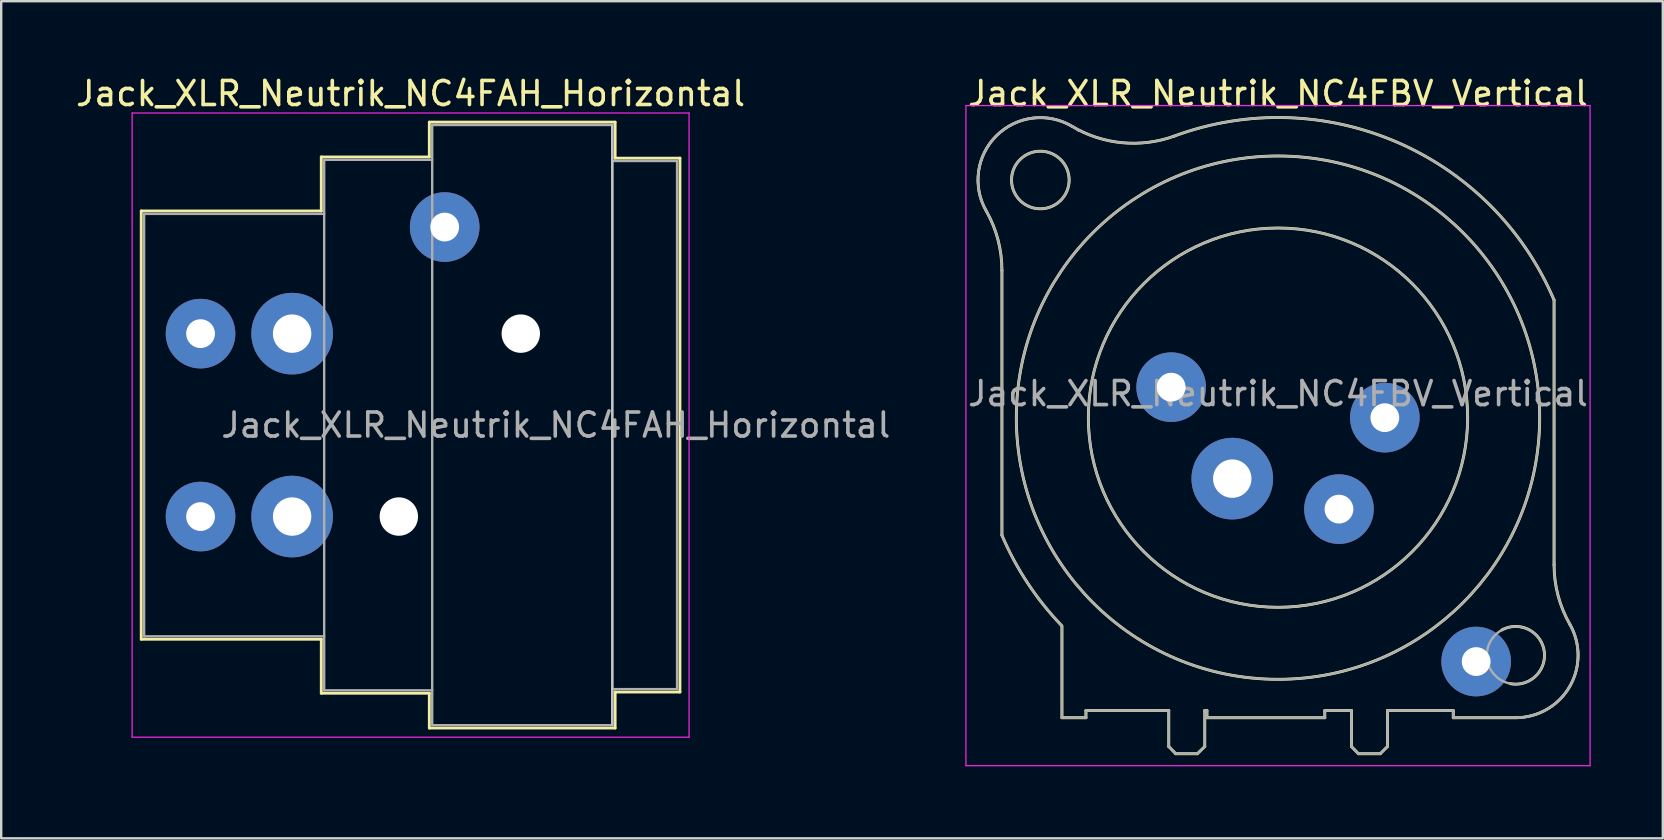
<source format=kicad_pcb>
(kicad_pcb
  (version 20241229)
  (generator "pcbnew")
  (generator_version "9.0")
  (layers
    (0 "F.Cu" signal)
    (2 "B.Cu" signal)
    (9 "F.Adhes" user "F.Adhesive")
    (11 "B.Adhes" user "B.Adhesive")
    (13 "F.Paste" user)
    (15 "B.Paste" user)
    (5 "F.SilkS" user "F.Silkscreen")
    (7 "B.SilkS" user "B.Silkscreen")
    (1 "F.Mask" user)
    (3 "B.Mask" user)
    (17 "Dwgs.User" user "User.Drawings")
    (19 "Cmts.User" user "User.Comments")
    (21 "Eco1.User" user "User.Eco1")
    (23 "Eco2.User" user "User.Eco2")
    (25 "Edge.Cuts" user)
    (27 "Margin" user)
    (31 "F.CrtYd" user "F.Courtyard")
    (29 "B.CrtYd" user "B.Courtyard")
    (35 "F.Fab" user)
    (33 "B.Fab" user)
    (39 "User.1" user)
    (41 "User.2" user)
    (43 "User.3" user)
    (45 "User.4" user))
  (footprint "Jack_XLR_Neutrik_NC4FBV_Vertical"
    (layer "F.Cu")
    (at 54.637 14.348)
    (property "Reference" "Jack_XLR_Neutrik_NC4FBV_Vertical" (at -4.45 -13.5 0) (layer "F.SilkS") (effects (font (size 1 1) (thickness 0.15))))
    (attr through_hole)
    (fp_line (start -15.95 -6.13) (end -15.95 4.9) (stroke (width 0.12) (type solid)) (layer "F.SilkS"))
    (fp_line (start -13.45 8.68) (end -13.45 12.5) (stroke (width 0.12) (type solid)) (layer "F.SilkS"))
    (fp_line (start -12.45 12.2) (end -12.45 12.5) (stroke (width 0.12) (type solid)) (layer "F.SilkS"))
    (fp_line (start -12.45 12.5) (end -13.45 12.5) (stroke (width 0.12) (type solid)) (layer "F.SilkS"))
    (fp_line (start -9 12.2) (end -12.45 12.2) (stroke (width 0.12) (type solid)) (layer "F.SilkS"))
    (fp_line (start -9 12.2) (end -9 13.7) (stroke (width 0.12) (type solid)) (layer "F.SilkS"))
    (fp_line (start -9 13.7) (end -8.71 14) (stroke (width 0.12) (type solid)) (layer "F.SilkS"))
    (fp_line (start -8.71 14) (end -7.81 14) (stroke (width 0.12) (type solid)) (layer "F.SilkS"))
    (fp_line (start -7.5 12.2) (end -7.5 13.7) (stroke (width 0.12) (type solid)) (layer "F.SilkS"))
    (fp_line (start -7.5 13.7) (end -7.81 14) (stroke (width 0.12) (type solid)) (layer "F.SilkS"))
    (fp_line (start -7.41 12.2) (end -7.5 12.2) (stroke (width 0.12) (type solid)) (layer "F.SilkS"))
    (fp_line (start -7.41 12.2) (end -7.41 12.5) (stroke (width 0.12) (type solid)) (layer "F.SilkS"))
    (fp_line (start -2.5 12.2) (end -2.5 12.5) (stroke (width 0.12) (type solid)) (layer "F.SilkS"))
    (fp_line (start -2.5 12.2) (end -1.39 12.2) (stroke (width 0.12) (type solid)) (layer "F.SilkS"))
    (fp_line (start -2.5 12.5) (end -7.41 12.5) (stroke (width 0.12) (type solid)) (layer "F.SilkS"))
    (fp_line (start -1.39 12.2) (end -1.39 13.7) (stroke (width 0.12) (type solid)) (layer "F.SilkS"))
    (fp_line (start -1.39 13.7) (end -1.1 14) (stroke (width 0.12) (type solid)) (layer "F.SilkS"))
    (fp_line (start -1.1 14) (end -0.19 14) (stroke (width 0.12) (type solid)) (layer "F.SilkS"))
    (fp_line (start 0.11 12.2) (end 0.11 13.7) (stroke (width 0.12) (type solid)) (layer "F.SilkS"))
    (fp_line (start 0.11 12.2) (end 2.85 12.2) (stroke (width 0.12) (type solid)) (layer "F.SilkS"))
    (fp_line (start 0.11 13.7) (end -0.19 14) (stroke (width 0.12) (type solid)) (layer "F.SilkS"))
    (fp_line (start 2.85 12.2) (end 2.85 12.5) (stroke (width 0.12) (type solid)) (layer "F.SilkS"))
    (fp_line (start 5.45 12.5) (end 2.85 12.5) (stroke (width 0.12) (type solid)) (layer "F.SilkS"))
    (fp_line (start 7.05 6.13) (end 7.05 -4.9) (stroke (width 0.12) (type solid)) (layer "F.SilkS"))
    (fp_arc (start -16.605678 -8.61403) (mid -16.167892 -11.753934) (end -13.02 -12.13) (stroke (width 0.12) (type solid)) (layer "F.SilkS"))
    (fp_arc (start -16.601888 -8.608607) (mid -16.114437 -7.411781) (end -15.95 -6.13) (stroke (width 0.12) (type solid)) (layer "F.SilkS"))
    (fp_arc (start -13.460471 8.664376) (mid -14.876528 6.89547) (end -15.95 4.9) (stroke (width 0.12) (type solid)) (layer "F.SilkS"))
    (fp_arc (start -8.782378 -11.725634) (mid 0.49884 -11.479067) (end 7.05 -4.9) (stroke (width 0.12) (type solid)) (layer "F.SilkS"))
    (fp_arc (start -8.765808 -11.730188) (mid -10.937772 -11.452682) (end -13.02 -12.13) (stroke (width 0.12) (type solid)) (layer "F.SilkS"))
    (fp_arc (start 4.867701 8.848226) (mid 6.637502 9.712546) (end 5.22 11.08) (stroke (width 0.12) (type solid)) (layer "F.SilkS"))
    (fp_arc (start 7.706842 8.607293) (mid 7.216999 7.411447) (end 7.05 6.13) (stroke (width 0.12) (type solid)) (layer "F.SilkS"))
    (fp_arc (start 7.708442 8.611807) (mid 7.698255 11.20589) (end 5.45 12.5) (stroke (width 0.12) (type solid)) (layer "F.SilkS"))
    (fp_circle (center -14.35 -9.9) (end -13.15 -9.9) (stroke (width 0.12) (type solid)) (fill no) (layer "F.SilkS"))
    (fp_circle (center -4.45 0) (end 3.45 0) (stroke (width 0.12) (type solid)) (fill no) (layer "F.SilkS"))
    (fp_circle (center -4.45 0) (end 6.45 0) (stroke (width 0.12) (type solid)) (fill no) (layer "F.SilkS"))
    (fp_line (start -17.45 -13) (end 8.55 -13) (stroke (width 0.05) (type solid)) (layer "F.CrtYd"))
    (fp_line (start -17.45 14.5) (end -17.45 -13) (stroke (width 0.05) (type solid)) (layer "F.CrtYd"))
    (fp_line (start 8.55 -13) (end 8.55 14.5) (stroke (width 0.05) (type solid)) (layer "F.CrtYd"))
    (fp_line (start 8.55 14.5) (end -17.45 14.5) (stroke (width 0.05) (type solid)) (layer "F.CrtYd"))
    (fp_line (start -15.95 -6.13) (end -15.95 4.9) (stroke (width 0.1) (type solid)) (layer "F.Fab"))
    (fp_line (start -13.45 8.68) (end -13.45 12.5) (stroke (width 0.1) (type solid)) (layer "F.Fab"))
    (fp_line (start -12.45 12.2) (end -12.45 12.5) (stroke (width 0.1) (type solid)) (layer "F.Fab"))
    (fp_line (start -12.45 12.5) (end -13.45 12.5) (stroke (width 0.1) (type solid)) (layer "F.Fab"))
    (fp_line (start -9 12.2) (end -12.45 12.2) (stroke (width 0.1) (type solid)) (layer "F.Fab"))
    (fp_line (start -9 12.2) (end -9 13.7) (stroke (width 0.1) (type solid)) (layer "F.Fab"))
    (fp_line (start -9 13.7) (end -8.71 14) (stroke (width 0.1) (type solid)) (layer "F.Fab"))
    (fp_line (start -8.71 14) (end -7.81 14) (stroke (width 0.1) (type solid)) (layer "F.Fab"))
    (fp_line (start -7.5 12.2) (end -7.5 13.7) (stroke (width 0.1) (type solid)) (layer "F.Fab"))
    (fp_line (start -7.5 13.7) (end -7.81 14) (stroke (width 0.1) (type solid)) (layer "F.Fab"))
    (fp_line (start -7.41 12.2) (end -7.5 12.2) (stroke (width 0.1) (type solid)) (layer "F.Fab"))
    (fp_line (start -7.41 12.2) (end -7.41 12.5) (stroke (width 0.1) (type solid)) (layer "F.Fab"))
    (fp_line (start -2.5 12.2) (end -2.5 12.5) (stroke (width 0.1) (type solid)) (layer "F.Fab"))
    (fp_line (start -2.5 12.2) (end -1.39 12.2) (stroke (width 0.1) (type solid)) (layer "F.Fab"))
    (fp_line (start -2.5 12.5) (end -7.41 12.5) (stroke (width 0.1) (type solid)) (layer "F.Fab"))
    (fp_line (start -1.39 12.2) (end -1.39 13.7) (stroke (width 0.1) (type solid)) (layer "F.Fab"))
    (fp_line (start -1.39 13.7) (end -1.1 14) (stroke (width 0.1) (type solid)) (layer "F.Fab"))
    (fp_line (start -1.1 14) (end -0.19 14) (stroke (width 0.1) (type solid)) (layer "F.Fab"))
    (fp_line (start 0.11 12.2) (end 0.11 13.7) (stroke (width 0.1) (type solid)) (layer "F.Fab"))
    (fp_line (start 0.11 12.2) (end 2.85 12.2) (stroke (width 0.1) (type solid)) (layer "F.Fab"))
    (fp_line (start 0.11 13.7) (end -0.19 14) (stroke (width 0.1) (type solid)) (layer "F.Fab"))
    (fp_line (start 2.85 12.2) (end 2.85 12.5) (stroke (width 0.1) (type solid)) (layer "F.Fab"))
    (fp_line (start 5.45 12.5) (end 2.85 12.5) (stroke (width 0.1) (type solid)) (layer "F.Fab"))
    (fp_line (start 7.05 6.13) (end 7.05 -4.9) (stroke (width 0.1) (type solid)) (layer "F.Fab"))
    (fp_arc (start -16.605678 -8.61403) (mid -16.167892 -11.753934) (end -13.02 -12.13) (stroke (width 0.1) (type solid)) (layer "F.Fab"))
    (fp_arc (start -16.601888 -8.608607) (mid -16.114437 -7.411781) (end -15.95 -6.13) (stroke (width 0.1) (type solid)) (layer "F.Fab"))
    (fp_arc (start -16.58 -8.57) (mid -16.063921 -11.858868) (end -12.735849 -11.942067) (stroke (width 0.1) (type solid)) (layer "F.Fab"))
    (fp_arc (start -13.460471 8.664376) (mid -14.876528 6.89547) (end -15.95 4.9) (stroke (width 0.1) (type solid)) (layer "F.Fab"))
    (fp_arc (start -8.782378 -11.725634) (mid 0.49884 -11.479067) (end 7.05 -4.9) (stroke (width 0.1) (type solid)) (layer "F.Fab"))
    (fp_arc (start -8.765808 -11.730188) (mid -10.937772 -11.452682) (end -13.02 -12.13) (stroke (width 0.1) (type solid)) (layer "F.Fab"))
    (fp_arc (start 7.66 8.516) (mid 7.72753 11.159357) (end 5.448337 12.499945) (stroke (width 0.1) (type solid)) (layer "F.Fab"))
    (fp_arc (start 7.706842 8.607293) (mid 7.216999 7.411447) (end 7.05 6.13) (stroke (width 0.1) (type solid)) (layer "F.Fab"))
    (fp_arc (start 7.708442 8.611807) (mid 7.698255 11.20589) (end 5.45 12.5) (stroke (width 0.1) (type solid)) (layer "F.Fab"))
    (fp_circle (center -14.35 -9.9) (end -13.15 -9.9) (stroke (width 0.1) (type solid)) (fill no) (layer "F.Fab"))
    (fp_circle (center -4.45 0) (end 3.45 0) (stroke (width 0.1) (type solid)) (fill no) (layer "F.Fab"))
    (fp_circle (center -4.45 0) (end 6.45 0) (stroke (width 0.1) (type solid)) (fill no) (layer "F.Fab"))
    (fp_circle (center 5.45 9.9) (end 6.65 9.9) (stroke (width 0.1) (type solid)) (fill no) (layer "F.Fab"))
    (fp_text user "${REFERENCE}" (at -4.45 -1 0) (layer "F.Fab") (effects (font (size 1 1) (thickness 0.15))))
    (pad "1" thru_hole circle (at 0 0) (size 2.9 2.9) (drill 1.2) (layers "*.Cu" "*.Mask"))
    (pad "2" thru_hole circle (at -1.91 3.81) (size 2.9 2.9) (drill 1.2) (layers "*.Cu" "*.Mask"))
    (pad "3" thru_hole circle (at -6.355 2.54) (size 3.4 3.4) (drill 1.6) (layers "*.Cu" "*.Mask"))
    (pad "4" thru_hole circle (at -8.9 -1.27) (size 2.9 2.9) (drill 1.2) (layers "*.Cu" "*.Mask"))
    (pad "G" thru_hole circle (at 3.805 10.16) (size 2.9 2.9) (drill 1.2) (layers "*.Cu" "*.Mask")))
  (footprint "Jack_XLR_Neutrik_NC4FAH_Horizontal"
    (layer "F.Cu")
    (at 5.304 10.848)
    (property "Reference" "Jack_XLR_Neutrik_NC4FAH_Horizontal" (at 8.75 -10 0) (layer "F.SilkS") (effects (font (size 1 1) (thickness 0.15))))
    (attr through_hole)
    (fp_line (start -2.47 -5.11) (end -2.47 12.73) (stroke (width 0.12) (type solid)) (layer "F.SilkS"))
    (fp_line (start 5.03 -5.11) (end -2.47 -5.11) (stroke (width 0.12) (type solid)) (layer "F.SilkS"))
    (fp_line (start 5.03 -5.11) (end 5.03 -7.36) (stroke (width 0.12) (type solid)) (layer "F.SilkS"))
    (fp_line (start 5.03 12.73) (end -2.47 12.73) (stroke (width 0.12) (type solid)) (layer "F.SilkS"))
    (fp_line (start 5.03 12.73) (end 5.03 14.98) (stroke (width 0.12) (type solid)) (layer "F.SilkS"))
    (fp_line (start 9.53 -7.36) (end 5.03 -7.36) (stroke (width 0.12) (type solid)) (layer "F.SilkS"))
    (fp_line (start 9.53 -7.36) (end 9.53 -8.81) (stroke (width 0.12) (type solid)) (layer "F.SilkS"))
    (fp_line (start 9.53 14.98) (end 5.03 14.98) (stroke (width 0.12) (type solid)) (layer "F.SilkS"))
    (fp_line (start 9.53 16.43) (end 9.53 14.98) (stroke (width 0.12) (type solid)) (layer "F.SilkS"))
    (fp_line (start 17.27 -8.81) (end 9.53 -8.81) (stroke (width 0.12) (type solid)) (layer "F.SilkS"))
    (fp_line (start 17.27 -8.81) (end 17.27 -7.31) (stroke (width 0.12) (type solid)) (layer "F.SilkS"))
    (fp_line (start 17.27 -7.31) (end 19.97 -7.31) (stroke (width 0.12) (type solid)) (layer "F.SilkS"))
    (fp_line (start 17.27 14.93) (end 17.27 16.43) (stroke (width 0.12) (type solid)) (layer "F.SilkS"))
    (fp_line (start 17.27 14.93) (end 19.97 14.93) (stroke (width 0.12) (type solid)) (layer "F.SilkS"))
    (fp_line (start 17.27 16.43) (end 9.53 16.43) (stroke (width 0.12) (type solid)) (layer "F.SilkS"))
    (fp_line (start 19.97 -7.31) (end 19.97 14.93) (stroke (width 0.12) (type solid)) (layer "F.SilkS"))
    (fp_line (start 17.15 -8.69) (end 17.15 16.31) (stroke (width 0.1) (type solid)) (layer "Dwgs.User"))
    (fp_line (start -2.85 -9.19) (end -2.85 16.81) (stroke (width 0.05) (type solid)) (layer "F.CrtYd"))
    (fp_line (start 20.35 -9.19) (end -2.85 -9.19) (stroke (width 0.05) (type solid)) (layer "F.CrtYd"))
    (fp_line (start 20.35 -9.19) (end 20.35 16.81) (stroke (width 0.05) (type solid)) (layer "F.CrtYd"))
    (fp_line (start 20.35 16.81) (end -2.85 16.81) (stroke (width 0.05) (type solid)) (layer "F.CrtYd"))
    (fp_line (start -2.35 -4.99) (end -2.35 12.61) (stroke (width 0.1) (type solid)) (layer "F.Fab"))
    (fp_line (start 5.15 -4.99) (end -2.35 -4.99) (stroke (width 0.1) (type solid)) (layer "F.Fab"))
    (fp_line (start 5.15 12.61) (end -2.35 12.61) (stroke (width 0.1) (type solid)) (layer "F.Fab"))
    (fp_line (start 5.15 14.86) (end 5.15 -7.24) (stroke (width 0.1) (type solid)) (layer "F.Fab"))
    (fp_line (start 5.15 14.86) (end 9.65 14.86) (stroke (width 0.1) (type solid)) (layer "F.Fab"))
    (fp_line (start 9.65 -8.69) (end 17.15 -8.69) (stroke (width 0.1) (type solid)) (layer "F.Fab"))
    (fp_line (start 9.65 -7.24) (end 5.15 -7.24) (stroke (width 0.1) (type solid)) (layer "F.Fab"))
    (fp_line (start 9.65 16.31) (end 9.65 -8.69) (stroke (width 0.1) (type solid)) (layer "F.Fab"))
    (fp_line (start 17.15 -8.69) (end 17.15 16.31) (stroke (width 0.1) (type solid)) (layer "F.Fab"))
    (fp_line (start 17.15 -7.19) (end 19.85 -7.19) (stroke (width 0.1) (type solid)) (layer "F.Fab"))
    (fp_line (start 17.15 16.31) (end 9.65 16.31) (stroke (width 0.1) (type solid)) (layer "F.Fab"))
    (fp_line (start 19.85 -7.19) (end 19.85 14.81) (stroke (width 0.1) (type solid)) (layer "F.Fab"))
    (fp_line (start 19.85 14.81) (end 17.15 14.81) (stroke (width 0.1) (type solid)) (layer "F.Fab"))
    (fp_text user "${REFERENCE}" (at 14.8 3.81 0) (layer "F.Fab") (effects (font (size 1 1) (thickness 0.15))))
    (pad "" np_thru_hole circle (at 8.26 7.62) (size 1.6 1.6) (drill 1.6) (layers "*.Cu" "*.Mask"))
    (pad "" np_thru_hole circle (at 13.34 0) (size 1.6 1.6) (drill 1.6) (layers "*.Cu" "*.Mask"))
    (pad "1" thru_hole circle (at 0 0) (size 2.9 2.9) (drill 1.2) (layers "*.Cu" "*.Mask"))
    (pad "2" thru_hole circle (at 3.815 0) (size 3.4 3.4) (drill 1.6) (layers "*.Cu" "*.Mask"))
    (pad "3" thru_hole circle (at 3.815 7.62) (size 3.4 3.4) (drill 1.6) (layers "*.Cu" "*.Mask"))
    (pad "4" thru_hole circle (at 0 7.62) (size 2.9 2.9) (drill 1.2) (layers "*.Cu" "*.Mask"))
    (pad "G" thru_hole circle (at 10.17 -4.44) (size 2.9 2.9) (drill 1.2) (layers "*.Cu" "*.Mask")))
  (gr_rect
    (start -3 -3)
    (end 66.217 31.873)
    (stroke (width 0.1) (type default))
    (fill no)
    (layer "Edge.Cuts")))
</source>
